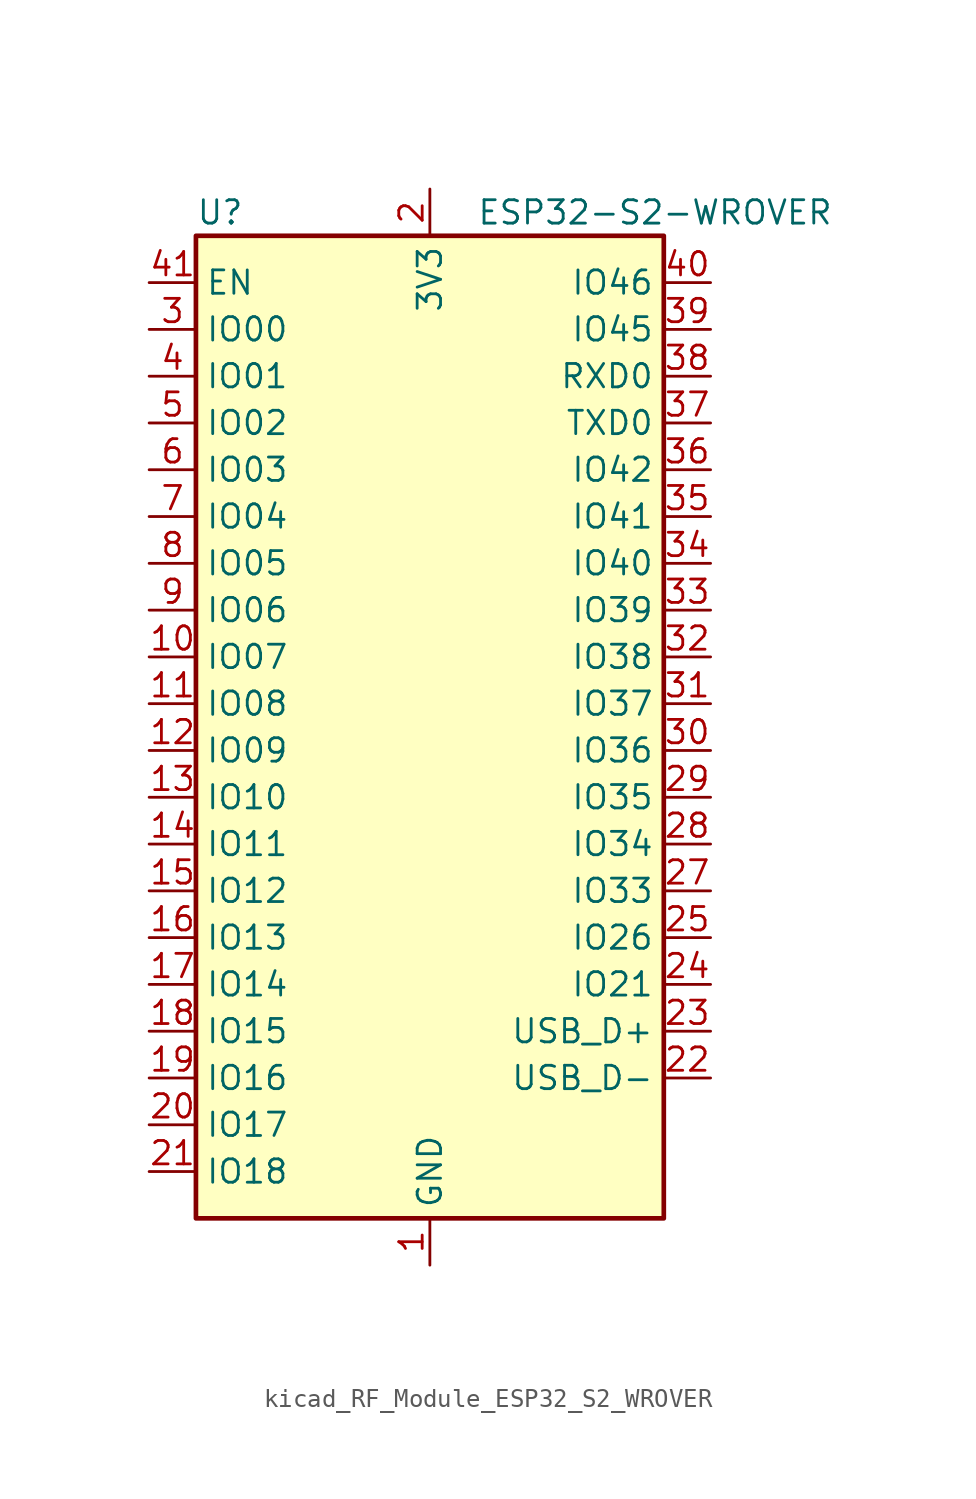
<source format=kicad_sym>
(kicad_symbol_lib
  (version 20220914)
  (generator kicad_symbol_editor)
  (symbol "kicad_RF_Module_ESP32_S2_WROVER"
    (property "Reference" "U"
      (at -12.7 29.21 0)
      (effects (font (size 1.27 1.27)) (justify left)))
    (property "Value" "ESP32-S2-WROVER"
      (at 2.54 29.21 0)
      (effects (font (size 1.27 1.27)) (justify left)))
    (symbol "kicad_RF_Module_ESP32_S2_WROVER_0_1"
      (rectangle (start -12.7 27.94) (end 12.7 -25.4) (stroke (width 0.254) (type default)) (fill (type background))))
    (symbol "kicad_RF_Module_ESP32_S2_WROVER_1_1"
      (pin power_in line (at 0 -27.94 90) (length 2.54) (name "GND" (effects (font (size 1.27 1.27)))) (number "1" (effects (font (size 1.27 1.27)))))
      (pin bidirectional line (at -15.24 5.08 0) (length 2.54) (name "IO07" (effects (font (size 1.27 1.27)))) (number "10" (effects (font (size 1.27 1.27)))))
      (pin bidirectional line (at -15.24 2.54 0) (length 2.54) (name "IO08" (effects (font (size 1.27 1.27)))) (number "11" (effects (font (size 1.27 1.27)))))
      (pin bidirectional line (at -15.24 0 0) (length 2.54) (name "IO09" (effects (font (size 1.27 1.27)))) (number "12" (effects (font (size 1.27 1.27)))))
      (pin bidirectional line (at -15.24 -2.54 0) (length 2.54) (name "IO10" (effects (font (size 1.27 1.27)))) (number "13" (effects (font (size 1.27 1.27)))))
      (pin bidirectional line (at -15.24 -5.08 0) (length 2.54) (name "IO11" (effects (font (size 1.27 1.27)))) (number "14" (effects (font (size 1.27 1.27)))))
      (pin bidirectional line (at -15.24 -7.62 0) (length 2.54) (name "IO12" (effects (font (size 1.27 1.27)))) (number "15" (effects (font (size 1.27 1.27)))))
      (pin bidirectional line (at -15.24 -10.16 0) (length 2.54) (name "IO13" (effects (font (size 1.27 1.27)))) (number "16" (effects (font (size 1.27 1.27)))))
      (pin bidirectional line (at -15.24 -12.7 0) (length 2.54) (name "IO14" (effects (font (size 1.27 1.27)))) (number "17" (effects (font (size 1.27 1.27)))))
      (pin bidirectional line (at -15.24 -15.24 0) (length 2.54) (name "IO15" (effects (font (size 1.27 1.27)))) (number "18" (effects (font (size 1.27 1.27)))))
      (pin bidirectional line (at -15.24 -17.78 0) (length 2.54) (name "IO16" (effects (font (size 1.27 1.27)))) (number "19" (effects (font (size 1.27 1.27)))))
      (pin power_in line (at 0 30.48 270) (length 2.54) (name "3V3" (effects (font (size 1.27 1.27)))) (number "2" (effects (font (size 1.27 1.27)))))
      (pin bidirectional line (at -15.24 -20.32 0) (length 2.54) (name "IO17" (effects (font (size 1.27 1.27)))) (number "20" (effects (font (size 1.27 1.27)))))
      (pin bidirectional line (at -15.24 -22.86 0) (length 2.54) (name "IO18" (effects (font (size 1.27 1.27)))) (number "21" (effects (font (size 1.27 1.27)))))
      (pin bidirectional line (at 15.24 -17.78 180) (length 2.54) (name "USB_D-" (effects (font (size 1.27 1.27)))) (number "22" (effects (font (size 1.27 1.27)))))
      (pin bidirectional line (at 15.24 -15.24 180) (length 2.54) (name "USB_D+" (effects (font (size 1.27 1.27)))) (number "23" (effects (font (size 1.27 1.27)))))
      (pin bidirectional line (at 15.24 -12.7 180) (length 2.54) (name "IO21" (effects (font (size 1.27 1.27)))) (number "24" (effects (font (size 1.27 1.27)))))
      (pin bidirectional line (at 15.24 -10.16 180) (length 2.54) (name "IO26" (effects (font (size 1.27 1.27)))) (number "25" (effects (font (size 1.27 1.27)))))
      (pin passive line (at 0 -27.94 90) (length 2.54) hide (name "GND" (effects (font (size 1.27 1.27)))) (number "26" (effects (font (size 1.27 1.27)))))
      (pin bidirectional line (at 15.24 -7.62 180) (length 2.54) (name "IO33" (effects (font (size 1.27 1.27)))) (number "27" (effects (font (size 1.27 1.27)))))
      (pin bidirectional line (at 15.24 -5.08 180) (length 2.54) (name "IO34" (effects (font (size 1.27 1.27)))) (number "28" (effects (font (size 1.27 1.27)))))
      (pin bidirectional line (at 15.24 -2.54 180) (length 2.54) (name "IO35" (effects (font (size 1.27 1.27)))) (number "29" (effects (font (size 1.27 1.27)))))
      (pin bidirectional line (at -15.24 22.86 0) (length 2.54) (name "IO00" (effects (font (size 1.27 1.27)))) (number "3" (effects (font (size 1.27 1.27)))))
      (pin bidirectional line (at 15.24 0 180) (length 2.54) (name "IO36" (effects (font (size 1.27 1.27)))) (number "30" (effects (font (size 1.27 1.27)))))
      (pin bidirectional line (at 15.24 2.54 180) (length 2.54) (name "IO37" (effects (font (size 1.27 1.27)))) (number "31" (effects (font (size 1.27 1.27)))))
      (pin bidirectional line (at 15.24 5.08 180) (length 2.54) (name "IO38" (effects (font (size 1.27 1.27)))) (number "32" (effects (font (size 1.27 1.27)))))
      (pin bidirectional line (at 15.24 7.62 180) (length 2.54) (name "IO39" (effects (font (size 1.27 1.27)))) (number "33" (effects (font (size 1.27 1.27)))))
      (pin bidirectional line (at 15.24 10.16 180) (length 2.54) (name "IO40" (effects (font (size 1.27 1.27)))) (number "34" (effects (font (size 1.27 1.27)))))
      (pin bidirectional line (at 15.24 12.7 180) (length 2.54) (name "IO41" (effects (font (size 1.27 1.27)))) (number "35" (effects (font (size 1.27 1.27)))))
      (pin bidirectional line (at 15.24 15.24 180) (length 2.54) (name "IO42" (effects (font (size 1.27 1.27)))) (number "36" (effects (font (size 1.27 1.27)))))
      (pin bidirectional line (at 15.24 17.78 180) (length 2.54) (name "TXD0" (effects (font (size 1.27 1.27)))) (number "37" (effects (font (size 1.27 1.27)))))
      (pin bidirectional line (at 15.24 20.32 180) (length 2.54) (name "RXD0" (effects (font (size 1.27 1.27)))) (number "38" (effects (font (size 1.27 1.27)))))
      (pin bidirectional line (at 15.24 22.86 180) (length 2.54) (name "IO45" (effects (font (size 1.27 1.27)))) (number "39" (effects (font (size 1.27 1.27)))))
      (pin bidirectional line (at -15.24 20.32 0) (length 2.54) (name "IO01" (effects (font (size 1.27 1.27)))) (number "4" (effects (font (size 1.27 1.27)))))
      (pin input line (at 15.24 25.4 180) (length 2.54) (name "IO46" (effects (font (size 1.27 1.27)))) (number "40" (effects (font (size 1.27 1.27)))))
      (pin input line (at -15.24 25.4 0) (length 2.54) (name "EN" (effects (font (size 1.27 1.27)))) (number "41" (effects (font (size 1.27 1.27)))))
      (pin passive line (at 0 -27.94 90) (length 2.54) hide (name "GND" (effects (font (size 1.27 1.27)))) (number "42" (effects (font (size 1.27 1.27)))))
      (pin passive line (at 0 -27.94 90) (length 2.54) hide (name "GND" (effects (font (size 1.27 1.27)))) (number "43" (effects (font (size 1.27 1.27)))))
      (pin bidirectional line (at -15.24 17.78 0) (length 2.54) (name "IO02" (effects (font (size 1.27 1.27)))) (number "5" (effects (font (size 1.27 1.27)))))
      (pin bidirectional line (at -15.24 15.24 0) (length 2.54) (name "IO03" (effects (font (size 1.27 1.27)))) (number "6" (effects (font (size 1.27 1.27)))))
      (pin bidirectional line (at -15.24 12.7 0) (length 2.54) (name "IO04" (effects (font (size 1.27 1.27)))) (number "7" (effects (font (size 1.27 1.27)))))
      (pin bidirectional line (at -15.24 10.16 0) (length 2.54) (name "IO05" (effects (font (size 1.27 1.27)))) (number "8" (effects (font (size 1.27 1.27)))))
      (pin bidirectional line (at -15.24 7.62 0) (length 2.54) (name "IO06" (effects (font (size 1.27 1.27)))) (number "9" (effects (font (size 1.27 1.27))))))))
</source>
